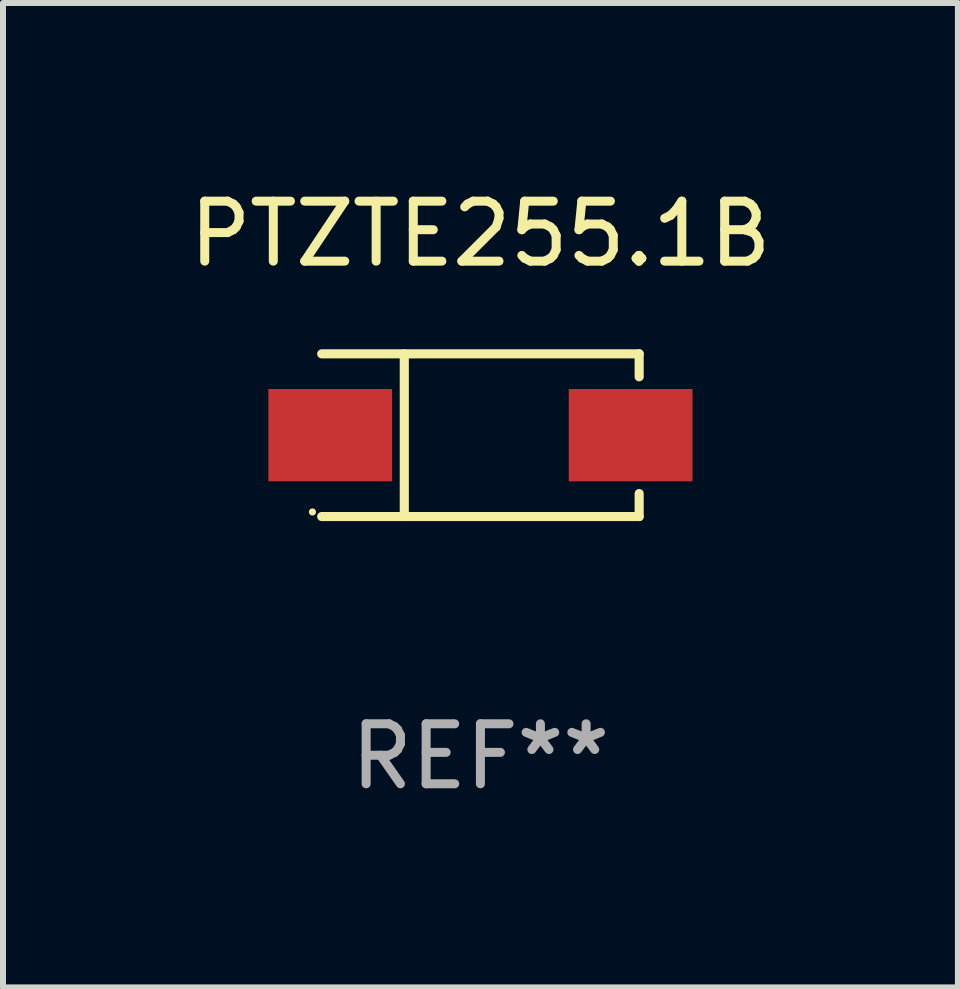
<source format=kicad_pcb>
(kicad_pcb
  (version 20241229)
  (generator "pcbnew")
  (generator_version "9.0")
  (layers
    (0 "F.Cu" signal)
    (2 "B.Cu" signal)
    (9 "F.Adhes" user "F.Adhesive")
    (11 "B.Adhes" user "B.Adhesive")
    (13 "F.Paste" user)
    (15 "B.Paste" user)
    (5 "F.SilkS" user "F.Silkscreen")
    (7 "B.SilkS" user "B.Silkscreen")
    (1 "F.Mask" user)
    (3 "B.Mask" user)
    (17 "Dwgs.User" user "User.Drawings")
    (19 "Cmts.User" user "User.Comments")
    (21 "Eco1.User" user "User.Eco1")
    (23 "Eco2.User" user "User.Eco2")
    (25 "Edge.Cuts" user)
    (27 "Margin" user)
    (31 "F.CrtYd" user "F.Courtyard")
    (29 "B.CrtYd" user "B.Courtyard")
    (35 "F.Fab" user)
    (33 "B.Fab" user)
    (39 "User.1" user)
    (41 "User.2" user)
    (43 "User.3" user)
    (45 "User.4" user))
  (footprint "PTZTE255.1B"
    (layer "F.Cu")
    (at 4.958 4.204)
    (property "Reference" "PTZTE255.1B" (at 0 -3.356 0) (layer "F.SilkS") (effects (font (size 1 1) (thickness 0.15))))
    (attr through_hole)
    (fp_line (start -2.646 -1.356) (end 2.646 -1.356) (stroke (width 0.152) (type solid)) (layer "F.SilkS"))
    (fp_line (start -2.646 1.356) (end 2.646 1.356) (stroke (width 0.152) (type solid)) (layer "F.SilkS"))
    (fp_line (start -1.269 -1.356) (end -1.269 1.356) (stroke (width 0.152) (type solid)) (layer "F.SilkS"))
    (fp_line (start 2.646 -1.356) (end 2.646 -0.973) (stroke (width 0.152) (type solid)) (layer "F.SilkS"))
    (fp_line (start 2.646 1.356) (end 2.646 0.973) (stroke (width 0.152) (type solid)) (layer "F.SilkS"))
    (fp_circle (center -2.8 1.28) (end -2.77 1.28) (stroke (width 0.06) (type solid)) (fill no) (layer "F.SilkS"))
    (fp_text user "REF**" (at 0 5.356 0) (layer "F.Fab") (effects (font (size 1 1) (thickness 0.15))))
    (pad "1" smd rect (at 2.504 0) (size 2.063 1.539) (layers "F.Cu" "F.Mask" "F.Paste"))
    (pad "2" smd rect (at -2.504 0) (size 2.063 1.539) (layers "F.Cu" "F.Mask" "F.Paste")))
  (gr_rect
    (start -3 -3)
    (end 12.917 13.409)
    (stroke (width 0.1) (type default))
    (fill no)
    (layer "Edge.Cuts")))
</source>
